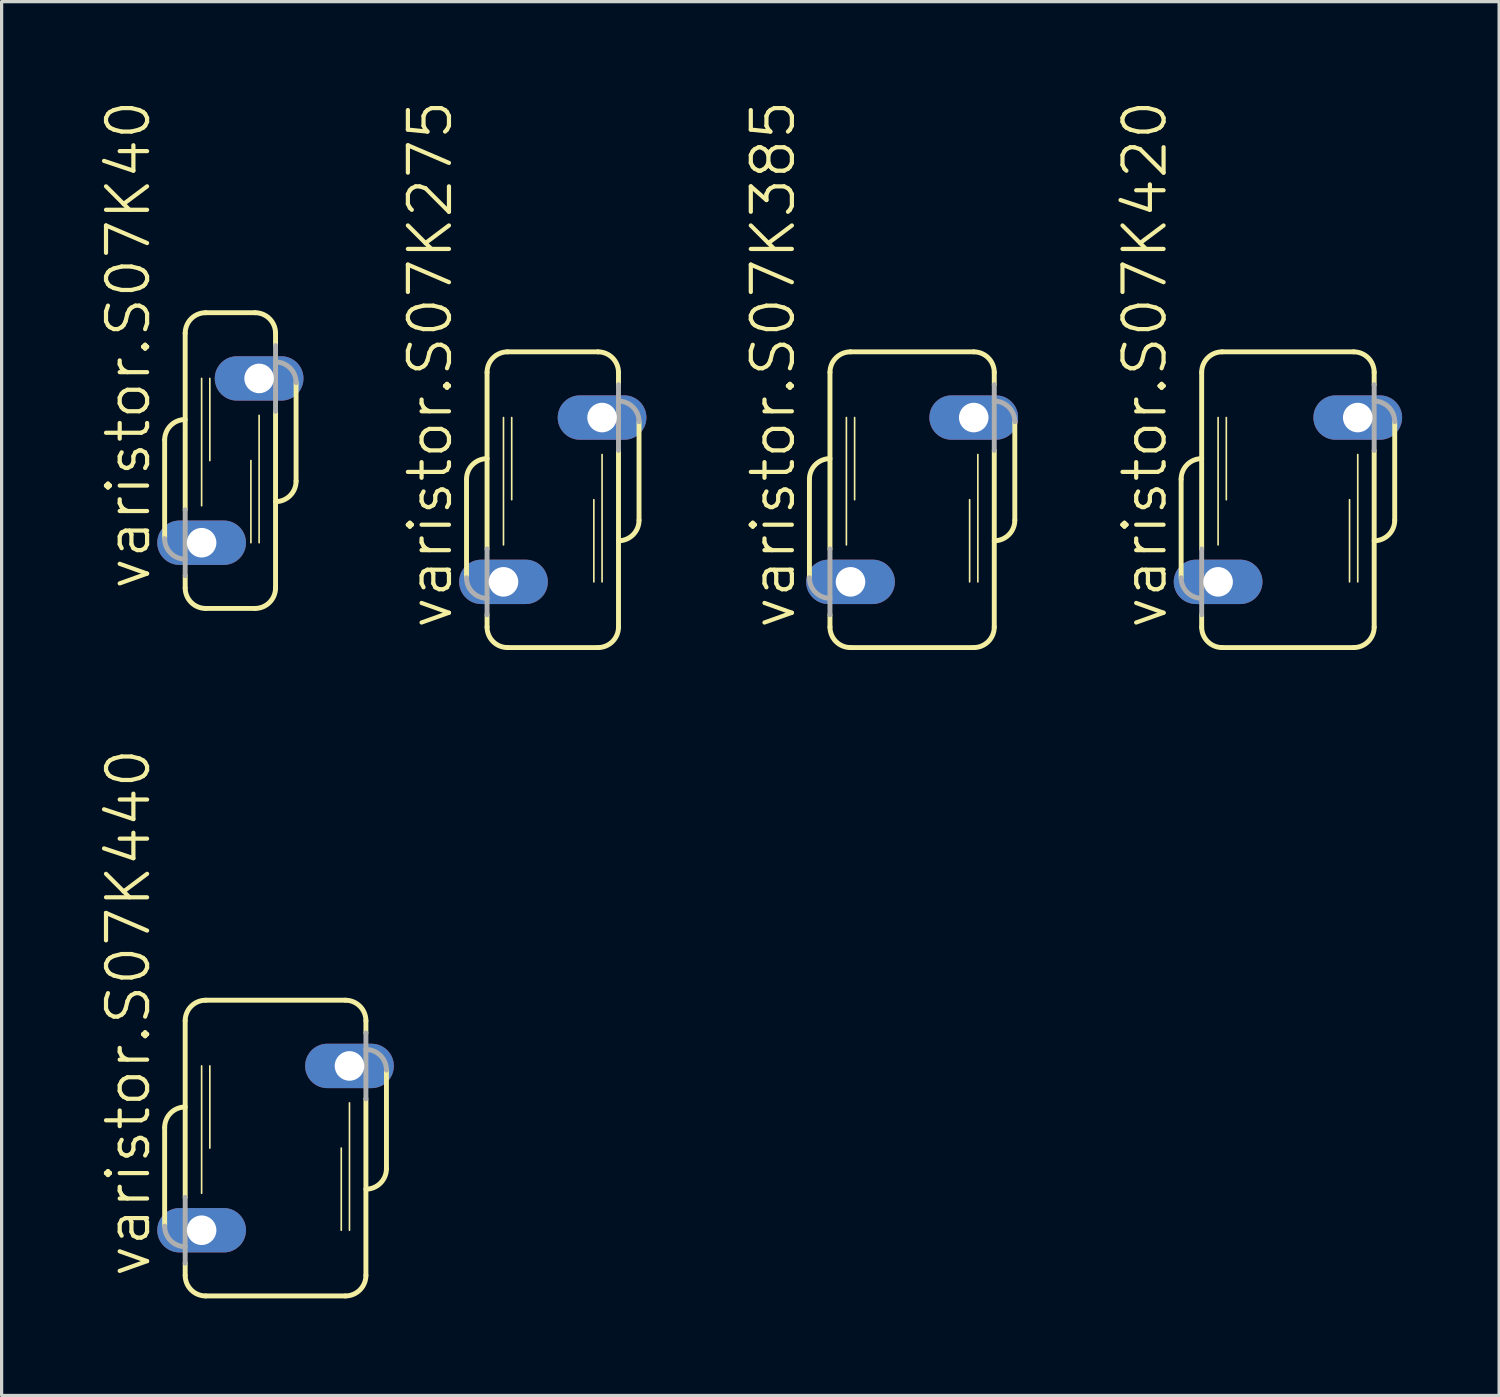
<source format=kicad_pcb>
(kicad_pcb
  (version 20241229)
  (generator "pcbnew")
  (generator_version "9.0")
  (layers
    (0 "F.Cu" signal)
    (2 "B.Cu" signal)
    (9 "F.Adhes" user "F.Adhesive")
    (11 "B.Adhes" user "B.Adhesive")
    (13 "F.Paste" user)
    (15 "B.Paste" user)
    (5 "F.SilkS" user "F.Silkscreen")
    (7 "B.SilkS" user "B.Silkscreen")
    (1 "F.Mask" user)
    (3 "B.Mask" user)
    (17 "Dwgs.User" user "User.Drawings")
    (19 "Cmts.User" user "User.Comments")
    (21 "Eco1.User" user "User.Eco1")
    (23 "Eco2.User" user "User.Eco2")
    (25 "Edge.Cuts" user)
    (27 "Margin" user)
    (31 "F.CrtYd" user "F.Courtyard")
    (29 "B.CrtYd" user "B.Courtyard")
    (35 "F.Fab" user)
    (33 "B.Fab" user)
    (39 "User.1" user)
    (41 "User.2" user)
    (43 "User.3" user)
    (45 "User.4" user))
  (footprint "varistor.S07K275"
    (layer "F.Cu")
    (at 14.042 12.401)
    (property "Reference" "varistor.S07K275" (at -3.048 4.064 90) (layer "F.SilkS") (effects (font (size 1.27 1.27) (thickness 0.13)) (justify left bottom)))
    (attr through_hole)
    (fp_line (start -2.667 -0.635) (end -2.667 2.413) (stroke (width 0.152) (type default)) (layer "F.SilkS"))
    (fp_line (start -2.032 1.524) (end -2.032 -3.937) (stroke (width 0.152) (type default)) (layer "F.SilkS"))
    (fp_line (start -2.032 3.937) (end -2.032 3.556) (stroke (width 0.152) (type default)) (layer "F.SilkS"))
    (fp_line (start -1.524 1.397) (end -1.524 -2.54) (stroke (width 0.051) (type default)) (layer "F.SilkS"))
    (fp_line (start -1.397 -4.572) (end 1.397 -4.572) (stroke (width 0.152) (type default)) (layer "F.SilkS"))
    (fp_line (start -1.397 4.572) (end 1.397 4.572) (stroke (width 0.152) (type default)) (layer "F.SilkS"))
    (fp_line (start -1.27 0) (end -1.27 -2.54) (stroke (width 0.051) (type default)) (layer "F.SilkS"))
    (fp_line (start 1.27 2.54) (end 1.27 0) (stroke (width 0.051) (type default)) (layer "F.SilkS"))
    (fp_line (start 1.524 2.54) (end 1.524 -1.397) (stroke (width 0.051) (type default)) (layer "F.SilkS"))
    (fp_line (start 2.032 -3.556) (end 2.032 -3.937) (stroke (width 0.152) (type default)) (layer "F.SilkS"))
    (fp_line (start 2.032 3.937) (end 2.032 -1.524) (stroke (width 0.152) (type default)) (layer "F.SilkS"))
    (fp_line (start 2.667 0.635) (end 2.667 -2.413) (stroke (width 0.152) (type default)) (layer "F.SilkS"))
    (fp_arc (start -2.667 -0.635) (mid -2.481013 -1.084013) (end -2.032 -1.27) (stroke (width 0.1524) (type default)) (layer "F.SilkS"))
    (fp_arc (start -2.032 -3.937) (mid -1.846013 -4.386013) (end -1.397 -4.572) (stroke (width 0.1524) (type default)) (layer "F.SilkS"))
    (fp_arc (start -1.397 4.572) (mid -1.846013 4.386013) (end -2.032 3.937) (stroke (width 0.1524) (type default)) (layer "F.SilkS"))
    (fp_arc (start 1.397 -4.572) (mid 1.846013 -4.386013) (end 2.032 -3.937) (stroke (width 0.1524) (type default)) (layer "F.SilkS"))
    (fp_arc (start 2.032 3.937) (mid 1.846013 4.386013) (end 1.397 4.572) (stroke (width 0.1524) (type default)) (layer "F.SilkS"))
    (fp_arc (start 2.667 0.635) (mid 2.481013 1.084013) (end 2.032 1.27) (stroke (width 0.1524) (type default)) (layer "F.SilkS"))
    (fp_line (start -2.032 1.524) (end -2.032 3.556) (stroke (width 0.152) (type default)) (layer "F.Fab"))
    (fp_line (start 2.032 -1.524) (end 2.032 -3.556) (stroke (width 0.152) (type default)) (layer "F.Fab"))
    (fp_arc (start -2.032 3.048) (mid -2.481013 2.862013) (end -2.667 2.413) (stroke (width 0.1524) (type default)) (layer "F.Fab"))
    (fp_arc (start 2.032 -3.048) (mid 2.481013 -2.862013) (end 2.667 -2.413) (stroke (width 0.1524) (type default)) (layer "F.Fab"))
    (pad "1" thru_hole oval (at -1.524 2.54) (size 2.743 1.372) (drill 0.914) (layers "*.Cu" "*.Mask"))
    (pad "2" thru_hole oval (at 1.524 -2.54) (size 2.743 1.372) (drill 0.914) (layers "*.Cu" "*.Mask")))
  (footprint "varistor.S07K440"
    (layer "F.Cu")
    (at 5.47 32.449)
    (property "Reference" "varistor.S07K440" (at -3.81 4.064 90) (layer "F.SilkS") (effects (font (size 1.27 1.27) (thickness 0.13)) (justify left bottom)))
    (attr through_hole)
    (fp_line (start -3.429 -0.635) (end -3.429 2.413) (stroke (width 0.152) (type default)) (layer "F.SilkS"))
    (fp_line (start -2.794 1.524) (end -2.794 -3.937) (stroke (width 0.152) (type default)) (layer "F.SilkS"))
    (fp_line (start -2.794 3.937) (end -2.794 3.556) (stroke (width 0.152) (type default)) (layer "F.SilkS"))
    (fp_line (start -2.286 1.397) (end -2.286 -2.54) (stroke (width 0.051) (type default)) (layer "F.SilkS"))
    (fp_line (start -2.159 -4.572) (end 2.159 -4.572) (stroke (width 0.152) (type default)) (layer "F.SilkS"))
    (fp_line (start -2.159 4.572) (end 2.159 4.572) (stroke (width 0.152) (type default)) (layer "F.SilkS"))
    (fp_line (start -2.032 0) (end -2.032 -2.54) (stroke (width 0.051) (type default)) (layer "F.SilkS"))
    (fp_line (start 2.032 2.54) (end 2.032 0) (stroke (width 0.051) (type default)) (layer "F.SilkS"))
    (fp_line (start 2.286 2.54) (end 2.286 -1.397) (stroke (width 0.051) (type default)) (layer "F.SilkS"))
    (fp_line (start 2.794 -3.556) (end 2.794 -3.937) (stroke (width 0.152) (type default)) (layer "F.SilkS"))
    (fp_line (start 2.794 3.937) (end 2.794 -1.524) (stroke (width 0.152) (type default)) (layer "F.SilkS"))
    (fp_line (start 3.429 0.635) (end 3.429 -2.413) (stroke (width 0.152) (type default)) (layer "F.SilkS"))
    (fp_arc (start -3.429 -0.635) (mid -3.243013 -1.084013) (end -2.794 -1.27) (stroke (width 0.1524) (type default)) (layer "F.SilkS"))
    (fp_arc (start -2.794 -3.937) (mid -2.608013 -4.386013) (end -2.159 -4.572) (stroke (width 0.1524) (type default)) (layer "F.SilkS"))
    (fp_arc (start -2.159 4.572) (mid -2.608013 4.386013) (end -2.794 3.937) (stroke (width 0.1524) (type default)) (layer "F.SilkS"))
    (fp_arc (start 2.159 -4.572) (mid 2.608013 -4.386013) (end 2.794 -3.937) (stroke (width 0.1524) (type default)) (layer "F.SilkS"))
    (fp_arc (start 2.794 3.937) (mid 2.608013 4.386013) (end 2.159 4.572) (stroke (width 0.1524) (type default)) (layer "F.SilkS"))
    (fp_arc (start 3.429 0.635) (mid 3.243013 1.084013) (end 2.794 1.27) (stroke (width 0.1524) (type default)) (layer "F.SilkS"))
    (fp_line (start -2.794 1.524) (end -2.794 3.556) (stroke (width 0.152) (type default)) (layer "F.Fab"))
    (fp_line (start 2.794 -1.524) (end 2.794 -3.556) (stroke (width 0.152) (type default)) (layer "F.Fab"))
    (fp_arc (start -2.794 3.048) (mid -3.243013 2.862013) (end -3.429 2.413) (stroke (width 0.1524) (type default)) (layer "F.Fab"))
    (fp_arc (start 2.794 -3.048) (mid 3.243013 -2.862013) (end 3.429 -2.413) (stroke (width 0.1524) (type default)) (layer "F.Fab"))
    (pad "1" thru_hole oval (at -2.286 2.54) (size 2.743 1.372) (drill 0.914) (layers "*.Cu" "*.Mask"))
    (pad "2" thru_hole oval (at 2.286 -2.54) (size 2.743 1.372) (drill 0.914) (layers "*.Cu" "*.Mask")))
  (footprint "varistor.S07K420"
    (layer "F.Cu")
    (at 36.773 12.401)
    (property "Reference" "varistor.S07K420" (at -3.683 4.064 90) (layer "F.SilkS") (effects (font (size 1.27 1.27) (thickness 0.13)) (justify left bottom)))
    (attr through_hole)
    (fp_line (start -3.302 -0.635) (end -3.302 2.413) (stroke (width 0.152) (type default)) (layer "F.SilkS"))
    (fp_line (start -2.667 1.524) (end -2.667 -3.937) (stroke (width 0.152) (type default)) (layer "F.SilkS"))
    (fp_line (start -2.667 3.937) (end -2.667 3.556) (stroke (width 0.152) (type default)) (layer "F.SilkS"))
    (fp_line (start -2.159 1.397) (end -2.159 -2.54) (stroke (width 0.051) (type default)) (layer "F.SilkS"))
    (fp_line (start -2.032 -4.572) (end 2.032 -4.572) (stroke (width 0.152) (type default)) (layer "F.SilkS"))
    (fp_line (start -2.032 4.572) (end 2.032 4.572) (stroke (width 0.152) (type default)) (layer "F.SilkS"))
    (fp_line (start -1.905 0) (end -1.905 -2.54) (stroke (width 0.051) (type default)) (layer "F.SilkS"))
    (fp_line (start 1.905 2.54) (end 1.905 0) (stroke (width 0.051) (type default)) (layer "F.SilkS"))
    (fp_line (start 2.159 2.54) (end 2.159 -1.397) (stroke (width 0.051) (type default)) (layer "F.SilkS"))
    (fp_line (start 2.667 -3.556) (end 2.667 -3.937) (stroke (width 0.152) (type default)) (layer "F.SilkS"))
    (fp_line (start 2.667 3.937) (end 2.667 -1.524) (stroke (width 0.152) (type default)) (layer "F.SilkS"))
    (fp_line (start 3.302 0.635) (end 3.302 -2.413) (stroke (width 0.152) (type default)) (layer "F.SilkS"))
    (fp_arc (start -3.302 -0.635) (mid -3.116013 -1.084013) (end -2.667 -1.27) (stroke (width 0.1524) (type default)) (layer "F.SilkS"))
    (fp_arc (start -2.667 -3.937) (mid -2.481013 -4.386013) (end -2.032 -4.572) (stroke (width 0.1524) (type default)) (layer "F.SilkS"))
    (fp_arc (start -2.032 4.572) (mid -2.481013 4.386013) (end -2.667 3.937) (stroke (width 0.1524) (type default)) (layer "F.SilkS"))
    (fp_arc (start 2.032 -4.572) (mid 2.481013 -4.386013) (end 2.667 -3.937) (stroke (width 0.1524) (type default)) (layer "F.SilkS"))
    (fp_arc (start 2.667 3.937) (mid 2.481013 4.386013) (end 2.032 4.572) (stroke (width 0.1524) (type default)) (layer "F.SilkS"))
    (fp_arc (start 3.302 0.635) (mid 3.116013 1.084013) (end 2.667 1.27) (stroke (width 0.1524) (type default)) (layer "F.SilkS"))
    (fp_line (start -2.667 1.524) (end -2.667 3.556) (stroke (width 0.152) (type default)) (layer "F.Fab"))
    (fp_line (start 2.667 -1.524) (end 2.667 -3.556) (stroke (width 0.152) (type default)) (layer "F.Fab"))
    (fp_arc (start -2.667 3.048) (mid -3.116013 2.862013) (end -3.302 2.413) (stroke (width 0.1524) (type default)) (layer "F.Fab"))
    (fp_arc (start 2.667 -3.048) (mid 3.116013 -2.862013) (end 3.302 -2.413) (stroke (width 0.1524) (type default)) (layer "F.Fab"))
    (pad "1" thru_hole oval (at -2.159 2.54) (size 2.743 1.372) (drill 0.914) (layers "*.Cu" "*.Mask"))
    (pad "2" thru_hole oval (at 2.159 -2.54) (size 2.743 1.372) (drill 0.914) (layers "*.Cu" "*.Mask")))
  (footprint "varistor.S07K40"
    (layer "F.Cu")
    (at 4.073 11.191)
    (property "Reference" "varistor.S07K40" (at -2.413 4.064 90) (layer "F.SilkS") (effects (font (size 1.27 1.27) (thickness 0.13)) (justify left bottom)))
    (attr through_hole)
    (fp_line (start -2.032 -0.635) (end -2.032 2.413) (stroke (width 0.152) (type default)) (layer "F.SilkS"))
    (fp_line (start -1.397 1.524) (end -1.397 -3.937) (stroke (width 0.152) (type default)) (layer "F.SilkS"))
    (fp_line (start -1.397 3.937) (end -1.397 3.556) (stroke (width 0.152) (type default)) (layer "F.SilkS"))
    (fp_line (start -0.889 1.397) (end -0.889 -2.54) (stroke (width 0.051) (type default)) (layer "F.SilkS"))
    (fp_line (start -0.762 -4.572) (end 0.762 -4.572) (stroke (width 0.152) (type default)) (layer "F.SilkS"))
    (fp_line (start -0.762 4.572) (end 0.762 4.572) (stroke (width 0.152) (type default)) (layer "F.SilkS"))
    (fp_line (start -0.635 0) (end -0.635 -2.54) (stroke (width 0.051) (type default)) (layer "F.SilkS"))
    (fp_line (start 0.635 2.54) (end 0.635 0) (stroke (width 0.051) (type default)) (layer "F.SilkS"))
    (fp_line (start 0.889 2.54) (end 0.889 -1.397) (stroke (width 0.051) (type default)) (layer "F.SilkS"))
    (fp_line (start 1.397 -3.556) (end 1.397 -3.937) (stroke (width 0.152) (type default)) (layer "F.SilkS"))
    (fp_line (start 1.397 3.937) (end 1.397 -1.524) (stroke (width 0.152) (type default)) (layer "F.SilkS"))
    (fp_line (start 2.032 0.635) (end 2.032 -2.413) (stroke (width 0.152) (type default)) (layer "F.SilkS"))
    (fp_arc (start -2.032 -0.635) (mid -1.846013 -1.084013) (end -1.397 -1.27) (stroke (width 0.1524) (type default)) (layer "F.SilkS"))
    (fp_arc (start -1.397 -3.937) (mid -1.211013 -4.386013) (end -0.762 -4.572) (stroke (width 0.1524) (type default)) (layer "F.SilkS"))
    (fp_arc (start -0.762 4.572) (mid -1.211013 4.386013) (end -1.397 3.937) (stroke (width 0.1524) (type default)) (layer "F.SilkS"))
    (fp_arc (start 0.762 -4.572) (mid 1.211013 -4.386013) (end 1.397 -3.937) (stroke (width 0.1524) (type default)) (layer "F.SilkS"))
    (fp_arc (start 1.397 3.937) (mid 1.211013 4.386013) (end 0.762 4.572) (stroke (width 0.1524) (type default)) (layer "F.SilkS"))
    (fp_arc (start 2.032 0.635) (mid 1.846013 1.084013) (end 1.397 1.27) (stroke (width 0.1524) (type default)) (layer "F.SilkS"))
    (fp_line (start -1.397 1.524) (end -1.397 3.556) (stroke (width 0.152) (type default)) (layer "F.Fab"))
    (fp_line (start 1.397 -1.524) (end 1.397 -3.556) (stroke (width 0.152) (type default)) (layer "F.Fab"))
    (fp_arc (start -1.397 3.048) (mid -1.846013 2.862013) (end -2.032 2.413) (stroke (width 0.1524) (type default)) (layer "F.Fab"))
    (fp_arc (start 1.397 -3.048) (mid 1.846013 -2.862013) (end 2.032 -2.413) (stroke (width 0.1524) (type default)) (layer "F.Fab"))
    (pad "1" thru_hole oval (at -0.889 2.54) (size 2.743 1.372) (drill 0.914) (layers "*.Cu" "*.Mask"))
    (pad "2" thru_hole oval (at 0.889 -2.54) (size 2.743 1.372) (drill 0.914) (layers "*.Cu" "*.Mask")))
  (footprint "varistor.S07K385"
    (layer "F.Cu")
    (at 25.153 12.401)
    (property "Reference" "varistor.S07K385" (at -3.556 4.064 90) (layer "F.SilkS") (effects (font (size 1.27 1.27) (thickness 0.13)) (justify left bottom)))
    (attr through_hole)
    (fp_line (start -3.175 -0.635) (end -3.175 2.413) (stroke (width 0.152) (type default)) (layer "F.SilkS"))
    (fp_line (start -2.54 1.524) (end -2.54 -3.937) (stroke (width 0.152) (type default)) (layer "F.SilkS"))
    (fp_line (start -2.54 3.937) (end -2.54 3.556) (stroke (width 0.152) (type default)) (layer "F.SilkS"))
    (fp_line (start -2.032 1.397) (end -2.032 -2.54) (stroke (width 0.051) (type default)) (layer "F.SilkS"))
    (fp_line (start -1.905 -4.572) (end 1.905 -4.572) (stroke (width 0.152) (type default)) (layer "F.SilkS"))
    (fp_line (start -1.905 4.572) (end 1.905 4.572) (stroke (width 0.152) (type default)) (layer "F.SilkS"))
    (fp_line (start -1.778 0) (end -1.778 -2.54) (stroke (width 0.051) (type default)) (layer "F.SilkS"))
    (fp_line (start 1.778 2.54) (end 1.778 0) (stroke (width 0.051) (type default)) (layer "F.SilkS"))
    (fp_line (start 2.032 2.54) (end 2.032 -1.397) (stroke (width 0.051) (type default)) (layer "F.SilkS"))
    (fp_line (start 2.54 -3.556) (end 2.54 -3.937) (stroke (width 0.152) (type default)) (layer "F.SilkS"))
    (fp_line (start 2.54 3.937) (end 2.54 -1.524) (stroke (width 0.152) (type default)) (layer "F.SilkS"))
    (fp_line (start 3.175 0.635) (end 3.175 -2.413) (stroke (width 0.152) (type default)) (layer "F.SilkS"))
    (fp_arc (start -3.175 -0.635) (mid -2.989013 -1.084013) (end -2.54 -1.27) (stroke (width 0.1524) (type default)) (layer "F.SilkS"))
    (fp_arc (start -2.54 -3.937) (mid -2.354013 -4.386013) (end -1.905 -4.572) (stroke (width 0.1524) (type default)) (layer "F.SilkS"))
    (fp_arc (start -1.905 4.572) (mid -2.354013 4.386013) (end -2.54 3.937) (stroke (width 0.1524) (type default)) (layer "F.SilkS"))
    (fp_arc (start 1.905 -4.572) (mid 2.354013 -4.386013) (end 2.54 -3.937) (stroke (width 0.1524) (type default)) (layer "F.SilkS"))
    (fp_arc (start 2.54 3.937) (mid 2.354013 4.386013) (end 1.905 4.572) (stroke (width 0.1524) (type default)) (layer "F.SilkS"))
    (fp_arc (start 3.175 0.635) (mid 2.989013 1.084013) (end 2.54 1.27) (stroke (width 0.1524) (type default)) (layer "F.SilkS"))
    (fp_line (start -2.54 1.524) (end -2.54 3.556) (stroke (width 0.152) (type default)) (layer "F.Fab"))
    (fp_line (start 2.54 -1.524) (end 2.54 -3.556) (stroke (width 0.152) (type default)) (layer "F.Fab"))
    (fp_arc (start -2.54 3.048) (mid -2.989013 2.862013) (end -3.175 2.413) (stroke (width 0.1524) (type default)) (layer "F.Fab"))
    (fp_arc (start 2.54 -3.048) (mid 2.989013 -2.862013) (end 3.175 -2.413) (stroke (width 0.1524) (type default)) (layer "F.Fab"))
    (pad "1" thru_hole oval (at -1.905 2.54) (size 2.743 1.372) (drill 0.914) (layers "*.Cu" "*.Mask"))
    (pad "2" thru_hole oval (at 1.905 -2.54) (size 2.743 1.372) (drill 0.914) (layers "*.Cu" "*.Mask")))
  (gr_rect
    (start -3 -3)
    (end 43.303 40.098)
    (stroke (width 0.1) (type default))
    (fill no)
    (layer "Edge.Cuts")))
</source>
